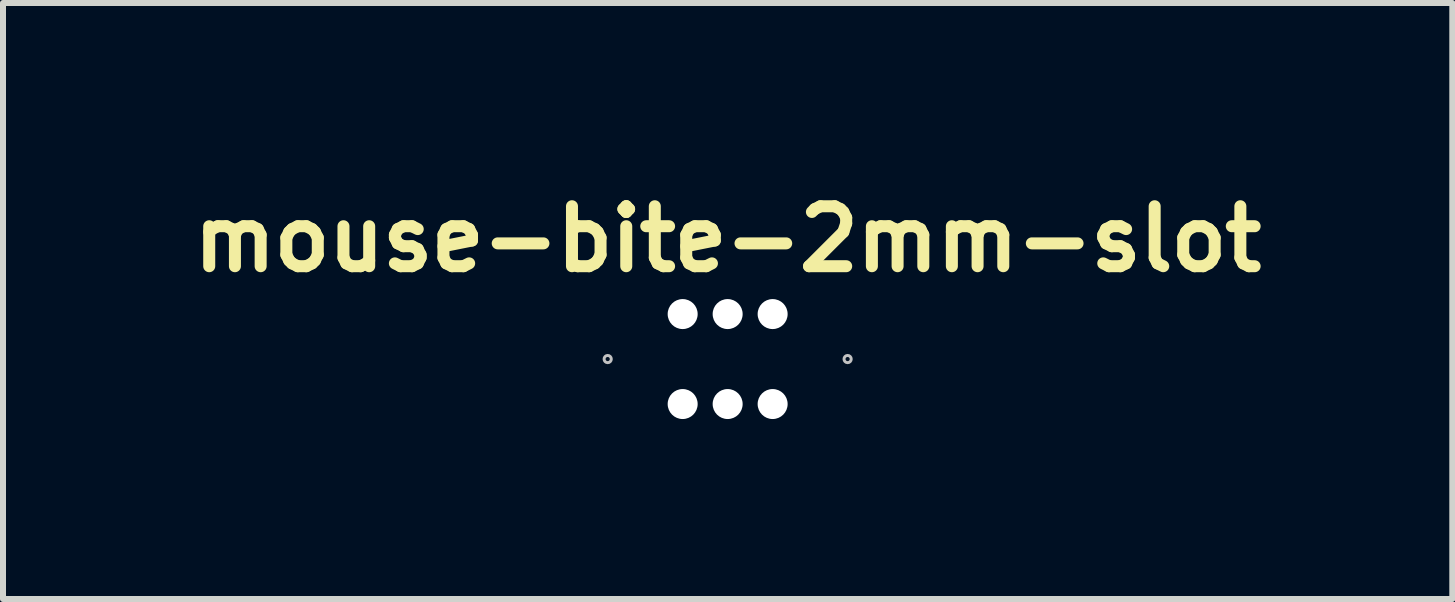
<source format=kicad_pcb>
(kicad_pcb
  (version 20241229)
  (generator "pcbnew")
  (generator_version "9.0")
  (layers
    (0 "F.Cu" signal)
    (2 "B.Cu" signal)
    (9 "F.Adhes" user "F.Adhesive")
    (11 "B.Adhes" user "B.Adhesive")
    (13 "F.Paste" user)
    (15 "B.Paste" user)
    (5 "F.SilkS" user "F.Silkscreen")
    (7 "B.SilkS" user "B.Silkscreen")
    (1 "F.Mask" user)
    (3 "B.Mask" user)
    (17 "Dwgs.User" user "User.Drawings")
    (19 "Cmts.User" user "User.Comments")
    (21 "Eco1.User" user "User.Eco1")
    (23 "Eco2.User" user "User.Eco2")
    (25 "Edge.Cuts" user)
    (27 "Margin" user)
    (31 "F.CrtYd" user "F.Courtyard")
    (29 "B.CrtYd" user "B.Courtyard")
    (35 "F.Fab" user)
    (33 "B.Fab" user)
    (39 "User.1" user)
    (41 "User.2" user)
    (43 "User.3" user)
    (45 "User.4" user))
  (footprint "mouse-bite-2mm-slot"
    (layer "F.Cu")
    (at 9.081 2.936)
    (property "Reference" "mouse-bite-2mm-slot" (at 0 -2 0) (layer "F.SilkS") (effects (font (size 1 1) (thickness 0.2))))
    (attr through_hole)
    (fp_circle (center -2 0) (end -2 -0.06) (stroke (width 0.05) (type solid)) (fill no) (layer "Dwgs.User"))
    (fp_circle (center 2 0) (end 2.06 0) (stroke (width 0.05) (type solid)) (fill no) (layer "Dwgs.User"))
    (fp_line (start -2 0) (end -2 0) (stroke (width 2) (type solid)) (layer "Eco1.User"))
    (fp_line (start 2 0) (end 2 0) (stroke (width 2) (type solid)) (layer "Eco1.User"))
    (pad "" np_thru_hole circle (at -0.75 -0.75) (size 0.5 0.5) (drill 0.5) (layers "*.Cu" "*.Mask"))
    (pad "" np_thru_hole circle (at -0.75 0.75) (size 0.5 0.5) (drill 0.5) (layers "*.Cu" "*.Mask"))
    (pad "" np_thru_hole circle (at 0 -0.75) (size 0.5 0.5) (drill 0.5) (layers "*.Cu" "*.Mask"))
    (pad "" np_thru_hole circle (at 0 0.75) (size 0.5 0.5) (drill 0.5) (layers "*.Cu" "*.Mask"))
    (pad "" np_thru_hole circle (at 0.75 -0.75) (size 0.5 0.5) (drill 0.5) (layers "*.Cu" "*.Mask"))
    (pad "" np_thru_hole circle (at 0.75 0.75) (size 0.5 0.5) (drill 0.5) (layers "*.Cu" "*.Mask")))
  (gr_rect
    (start -3 -3)
    (end 21.162 6.936)
    (stroke (width 0.1) (type default))
    (fill no)
    (layer "Edge.Cuts")))
</source>
